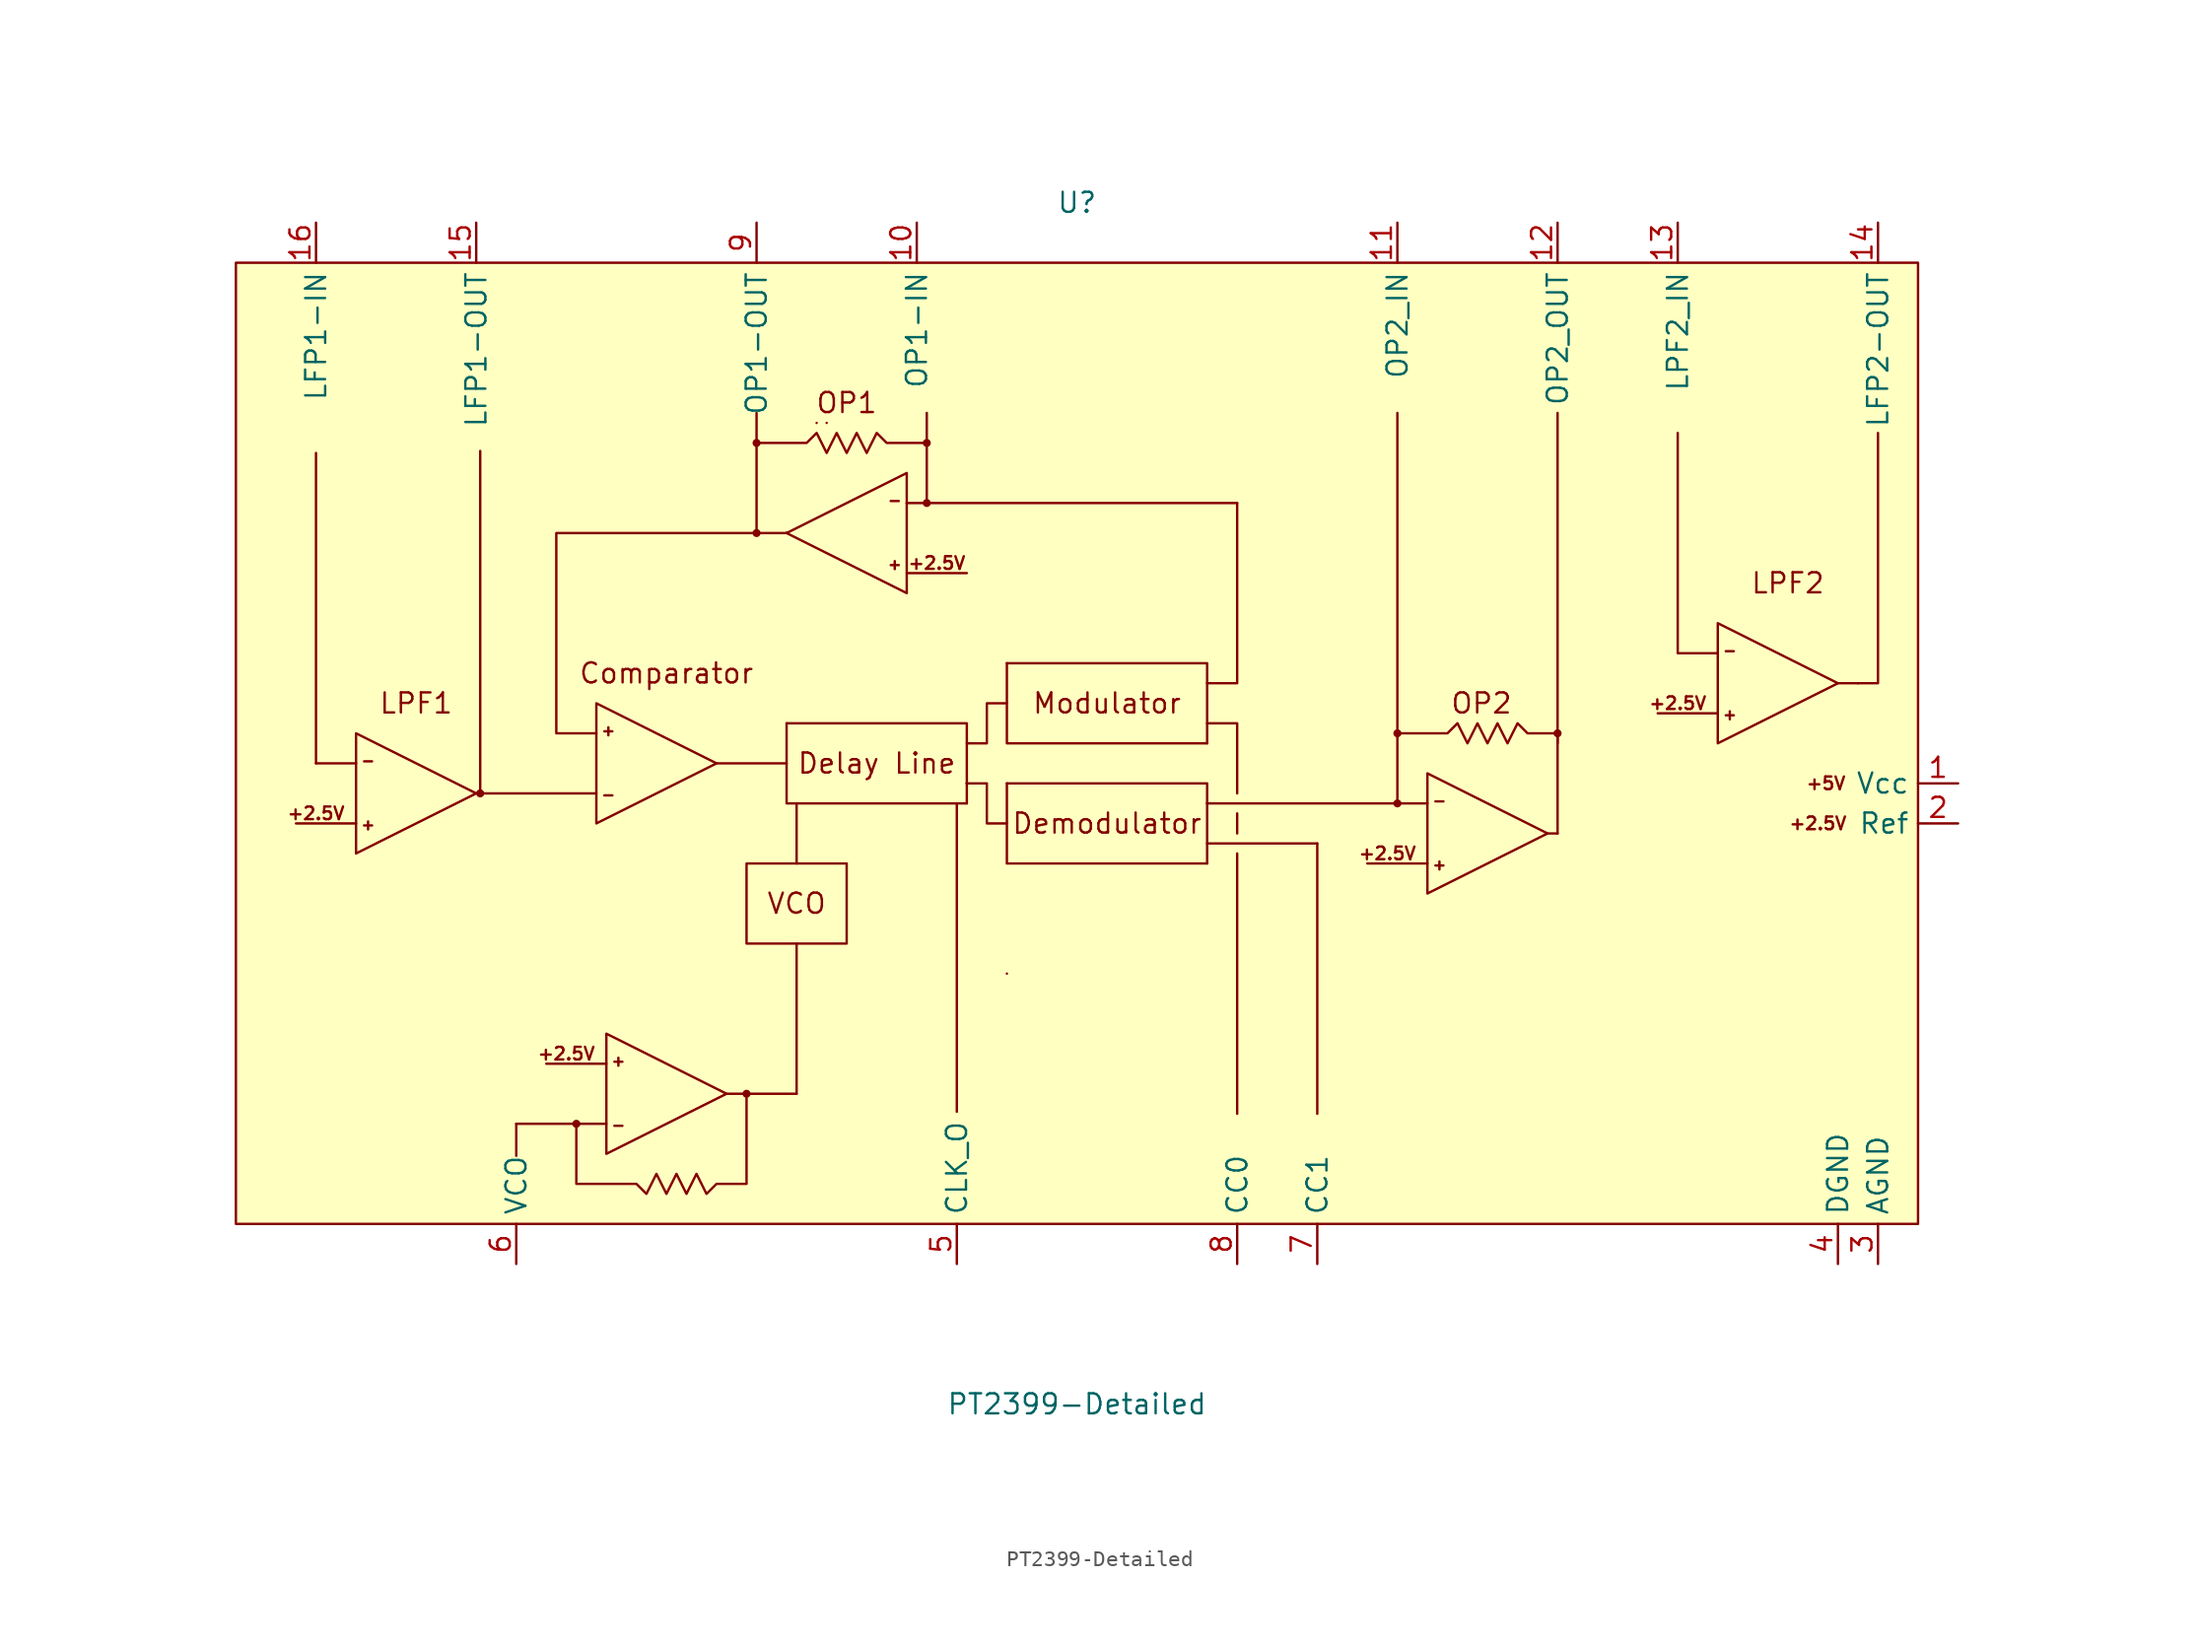
<source format=kicad_sym>
(kicad_symbol_lib
  (version 20211014)
  (generator kicad_symbol_editor)
  (symbol "PT2399-Detailed"
    (property "Reference" "U"
      (at 0 34.29 0)
      (effects (font (size 1.27 1.27))))
    (property "Value" "PT2399-Detailed"
      (at 0 -41.91 0)
      (effects (font (size 1.27 1.27))))
    (symbol "PT2399-Detailed_0_0"
      (rectangle (start -53.34 30.48) (end 53.34 -30.48) (stroke (width 0) (type default) (color 0 0 0 0)) (fill (type background)))
      (rectangle (start -16.51 20.32) (end -16.51 20.32) (stroke (width 0) (type default) (color 0 0 0 0)) (fill (type none)))
      (rectangle (start -15.875 20.32) (end -15.875 20.32) (stroke (width 0) (type default) (color 0 0 0 0)) (fill (type none)))
      (polyline (pts (xy -48.26 18.415) (xy -48.26 -1.27)) (stroke (width 0) (type default) (color 0 0 0 0)) (fill (type none)))
      (polyline (pts (xy -38.1 -3.175) (xy -30.48 -3.175)) (stroke (width 0) (type default) (color 0 0 0 0)) (fill (type none)))
      (polyline (pts (xy -37.846 18.542) (xy -37.846 -3.048)) (stroke (width 0) (type default) (color 0 0 0 0)) (fill (type none)))
      (polyline (pts (xy -35.56 -24.13) (xy -35.56 -26.162)) (stroke (width 0) (type default) (color 0 0 0 0)) (fill (type none)))
      (polyline (pts (xy -29.845 -24.13) (xy -35.56 -24.13)) (stroke (width 0) (type default) (color 0 0 0 0)) (fill (type none)))
      (polyline (pts (xy -22.86 -1.27) (xy -18.415 -1.27)) (stroke (width 0) (type default) (color 0 0 0 0)) (fill (type none)))
      (polyline (pts (xy -20.32 13.335) (xy -20.32 13.335)) (stroke (width 0) (type default) (color 0 0 0 0)) (fill (type none)))
      (polyline (pts (xy -20.32 13.335) (xy -20.32 13.335)) (stroke (width 0) (type default) (color 0 0 0 0)) (fill (type none)))
      (polyline (pts (xy -20.32 13.335) (xy -18.415 13.335)) (stroke (width 0) (type default) (color 0 0 0 0)) (fill (type none)))
      (polyline (pts (xy -20.32 19.05) (xy -20.32 20.955)) (stroke (width 0) (type default) (color 0 0 0 0)) (fill (type none)))
      (polyline (pts (xy -18.415 13.335) (xy -18.415 13.335)) (stroke (width 0) (type default) (color 0 0 0 0)) (fill (type none)))
      (polyline (pts (xy -18.415 13.335) (xy -18.415 13.335)) (stroke (width 0) (type default) (color 0 0 0 0)) (fill (type none)))
      (polyline (pts (xy -18.415 13.335) (xy -18.415 13.335)) (stroke (width 0) (type default) (color 0 0 0 0)) (fill (type none)))
      (polyline (pts (xy -17.78 -22.225) (xy -17.78 -12.7)) (stroke (width 0) (type default) (color 0 0 0 0)) (fill (type none)))
      (polyline (pts (xy -17.78 -12.7) (xy -17.78 -12.7)) (stroke (width 0) (type default) (color 0 0 0 0)) (fill (type none)))
      (polyline (pts (xy -17.78 -7.62) (xy -17.78 -3.81)) (stroke (width 0) (type default) (color 0 0 0 0)) (fill (type none)))
      (polyline (pts (xy -10.795 15.24) (xy -10.795 15.24)) (stroke (width 0) (type default) (color 0 0 0 0)) (fill (type none)))
      (polyline (pts (xy -9.525 19.05) (xy -9.525 20.955)) (stroke (width 0) (type default) (color 0 0 0 0)) (fill (type none)))
      (polyline (pts (xy -7.62 -23.368) (xy -7.62 -3.81)) (stroke (width 0) (type default) (color 0 0 0 0)) (fill (type none)))
      (polyline (pts (xy -6.985 -2.54) (xy -6.985 -2.54)) (stroke (width 0) (type default) (color 0 0 0 0)) (fill (type none)))
      (polyline (pts (xy -6.985 -2.54) (xy -6.985 -2.54)) (stroke (width 0) (type default) (color 0 0 0 0)) (fill (type none)))
      (polyline (pts (xy -4.445 -14.605) (xy -4.445 -14.605)) (stroke (width 0) (type default) (color 0 0 0 0)) (fill (type none)))
      (polyline (pts (xy 8.255 -3.81) (xy 8.255 -3.81)) (stroke (width 0) (type default) (color 0 0 0 0)) (fill (type none)))
      (polyline (pts (xy 8.255 -3.81) (xy 22.225 -3.81)) (stroke (width 0) (type default) (color 0 0 0 0)) (fill (type none)))
      (polyline (pts (xy 10.16 15.24) (xy 10.16 15.24)) (stroke (width 0) (type default) (color 0 0 0 0)) (fill (type none)))
      (polyline (pts (xy 15.24 -6.35) (xy 8.255 -6.35)) (stroke (width 0) (type default) (color 0 0 0 0)) (fill (type none)))
      (polyline (pts (xy 15.24 -6.35) (xy 15.24 -23.495)) (stroke (width 0) (type default) (color 0 0 0 0)) (fill (type none)))
      (polyline (pts (xy 20.32 0.635) (xy 20.32 20.955)) (stroke (width 0) (type default) (color 0 0 0 0)) (fill (type none)))
      (polyline (pts (xy 30.48 -5.715) (xy 29.845 -5.715)) (stroke (width 0) (type default) (color 0 0 0 0)) (fill (type none)))
      (polyline (pts (xy 30.48 0) (xy 30.48 20.955)) (stroke (width 0) (type default) (color 0 0 0 0)) (fill (type none)))
      (polyline (pts (xy 40.64 5.715) (xy 40.64 5.715)) (stroke (width 0) (type default) (color 0 0 0 0)) (fill (type none)))
      (polyline (pts (xy 40.64 5.715) (xy 40.64 5.715)) (stroke (width 0) (type default) (color 0 0 0 0)) (fill (type none)))
      (polyline (pts (xy 40.64 5.715) (xy 40.64 5.715)) (stroke (width 0) (type default) (color 0 0 0 0)) (fill (type none)))
      (polyline (pts (xy 49.53 3.81) (xy 48.26 3.81)) (stroke (width 0) (type default) (color 0 0 0 0)) (fill (type none)))
      (polyline (pts (xy -22.225 -22.225) (xy -20.955 -22.225) (xy -17.78 -22.225)) (stroke (width 0) (type default) (color 0 0 0 0)) (fill (type none)))
      (polyline (pts (xy -6.985 -3.81) (xy -6.985 1.27) (xy -18.415 1.27)) (stroke (width 0) (type default) (color 0 0 0 0)) (fill (type none)))
      (polyline (pts (xy 8.255 -7.62) (xy 8.255 -2.54) (xy -4.445 -2.54)) (stroke (width 0) (type default) (color 0 0 0 0)) (fill (type none)))
      (polyline (pts (xy 8.255 0) (xy 8.255 5.08) (xy -4.445 5.08)) (stroke (width 0) (type default) (color 0 0 0 0)) (fill (type none)))
      (polyline (pts (xy 10.16 -3.175) (xy 10.16 1.27) (xy 8.255 1.27)) (stroke (width 0) (type default) (color 0 0 0 0)) (fill (type none)))
      (polyline (pts (xy 40.64 5.715) (xy 38.1 5.715) (xy 38.1 19.685)) (stroke (width 0) (type default) (color 0 0 0 0)) (fill (type none)))
      (polyline (pts (xy 50.8 19.685) (xy 50.8 3.81) (xy 49.53 3.81)) (stroke (width 0) (type default) (color 0 0 0 0)) (fill (type none)))
      (polyline (pts (xy -30.48 0.635) (xy -33.02 0.635) (xy -33.02 13.335) (xy -20.32 13.335)) (stroke (width 0) (type default) (color 0 0 0 0)) (fill (type none)))
      (polyline (pts (xy -10.795 15.24) (xy 10.16 15.24) (xy 10.16 3.81) (xy 8.255 3.81)) (stroke (width 0) (type default) (color 0 0 0 0)) (fill (type none)))
      (polyline (pts (xy -6.985 -2.54) (xy -5.715 -2.54) (xy -5.715 -5.08) (xy -4.445 -5.08)) (stroke (width 0) (type default) (color 0 0 0 0)) (fill (type none)))
      (polyline (pts (xy -6.985 0) (xy -5.715 0) (xy -5.715 2.54) (xy -4.445 2.54)) (stroke (width 0) (type default) (color 0 0 0 0)) (fill (type none)))
      (polyline (pts (xy -20.955 -7.62) (xy -20.955 -12.7) (xy -14.605 -12.7) (xy -14.605 -7.62) (xy -20.955 -7.62)) (stroke (width 0) (type default) (color 0 0 0 0)) (fill (type none)))
      (polyline (pts (xy -18.415 -1.27) (xy -18.415 1.27) (xy -18.415 -1.27) (xy -18.415 -3.81) (xy -6.985 -3.81)) (stroke (width 0) (type default) (color 0 0 0 0)) (fill (type none)))
      (polyline (pts (xy -4.445 -5.08) (xy -4.445 -2.54) (xy -4.445 -5.08) (xy -4.445 -7.62) (xy 8.255 -7.62)) (stroke (width 0) (type default) (color 0 0 0 0)) (fill (type none)))
      (polyline (pts (xy -4.445 2.54) (xy -4.445 5.08) (xy -4.445 2.54) (xy -4.445 0) (xy 8.255 0)) (stroke (width 0) (type default) (color 0 0 0 0)) (fill (type none)))
      (polyline (pts (xy -20.955 -22.225) (xy -20.955 -27.94) (xy -22.86 -27.94) (xy -23.495 -28.575) (xy -24.13 -27.305) (xy -24.765 -28.575) (xy -25.4 -27.305) (xy -26.035 -28.575) (xy -26.67 -27.305) (xy -27.305 -28.575) (xy -27.94 -27.94) (xy -31.75 -27.94) (xy -31.75 -24.13)) (stroke (width 0) (type default) (color 0 0 0 0)) (fill (type none)))
      (polyline (pts (xy -20.32 13.335) (xy -20.32 19.05) (xy -17.145 19.05) (xy -16.51 19.685) (xy -15.875 18.415) (xy -15.24 19.685) (xy -14.605 18.415) (xy -13.97 19.685) (xy -13.335 18.415) (xy -12.7 19.685) (xy -12.065 19.05) (xy -9.525 19.05) (xy -9.525 15.24)) (stroke (width 0) (type default) (color 0 0 0 0)) (fill (type none)))
      (polyline (pts (xy 30.48 -5.715) (xy 30.48 0.635) (xy 28.575 0.635) (xy 27.94 1.27) (xy 27.305 0) (xy 26.67 1.27) (xy 26.035 0) (xy 25.4 1.27) (xy 24.765 0) (xy 24.13 1.27) (xy 23.495 0.635) (xy 20.32 0.635) (xy 20.32 -3.81)) (stroke (width 0) (type default) (color 0 0 0 0)) (fill (type none)))
      (text "+2.5V" (at -48.26 -4.445 0) (effects (font (size 0.8 0.8))))
      (text "+2.5V" (at -32.385 -19.685 0) (effects (font (size 0.8 0.8))))
      (text "+2.5V" (at -8.89 11.43 0) (effects (font (size 0.8 0.8))))
      (text "+2.5V" (at 19.685 -6.985 0) (effects (font (size 0.8 0.8))))
      (text "+2.5V" (at 38.1 2.54 0) (effects (font (size 0.8 0.8))))
      (text "+2.5V" (at 46.99 -5.08 0) (effects (font (size 0.8 0.8))))
      (text "+5V" (at 47.498 -2.54 0) (effects (font (size 0.8 0.8))))
      (text "Comparator" (at -26.035 4.445 0) (effects (font (size 1.27 1.27))))
      (text "Delay Line" (at -12.7 -1.27 0) (effects (font (size 1.27 1.27))))
      (text "Demodulator" (at 1.905 -5.08 0) (effects (font (size 1.27 1.27))))
      (text "LPF1" (at -41.91 2.54 0) (effects (font (size 1.27 1.27))))
      (text "LPF2" (at 45.085 10.16 0) (effects (font (size 1.27 1.27))))
      (text "Modulator" (at 1.905 2.54 0) (effects (font (size 1.27 1.27))))
      (text "OP1" (at -14.605 21.59 0) (effects (font (size 1.27 1.27))))
      (text "OP2" (at 25.654 2.54 0) (effects (font (size 1.27 1.27))))
      (text "VCO" (at -17.78 -10.16 0) (effects (font (size 1.27 1.27)))))
    (symbol "PT2399-Detailed_0_1"
      (circle (center -37.846 -3.175) (radius 0.18) (stroke (width 0) (type default) (color 0 0 0 0)) (fill (type outline)))
      (circle (center -31.75 -24.13) (radius 0.18) (stroke (width 0) (type default) (color 0 0 0 0)) (fill (type outline)))
      (circle (center -20.955 -22.225) (radius 0.18) (stroke (width 0) (type default) (color 0 0 0 0)) (fill (type outline)))
      (circle (center -20.32 13.335) (radius 0.18) (stroke (width 0) (type default) (color 0 0 0 0)) (fill (type outline)))
      (circle (center -20.32 19.05) (radius 0.18) (stroke (width 0) (type default) (color 0 0 0 0)) (fill (type outline)))
      (circle (center -9.525 15.24) (radius 0.18) (stroke (width 0) (type default) (color 0 0 0 0)) (fill (type outline)))
      (circle (center -9.525 19.05) (radius 0.18) (stroke (width 0) (type default) (color 0 0 0 0)) (fill (type outline)))
      (polyline (pts (xy -45.72 -5.08) (xy -49.53 -5.08)) (stroke (width 0) (type default) (color 0 0 0 0)) (fill (type none)))
      (polyline (pts (xy -45.72 -1.27) (xy -48.26 -1.27)) (stroke (width 0) (type default) (color 0 0 0 0)) (fill (type none)))
      (polyline (pts (xy -45.212 -5.207) (xy -44.704 -5.207)) (stroke (width 0) (type default) (color 0 0 0 0)) (fill (type none)))
      (polyline (pts (xy -44.958 -4.953) (xy -44.958 -5.461)) (stroke (width 0) (type default) (color 0 0 0 0)) (fill (type none)))
      (polyline (pts (xy -44.704 -1.143) (xy -45.212 -1.143)) (stroke (width 0) (type default) (color 0 0 0 0)) (fill (type none)))
      (polyline (pts (xy -29.972 0.762) (xy -29.464 0.762)) (stroke (width 0) (type default) (color 0 0 0 0)) (fill (type none)))
      (polyline (pts (xy -29.845 -20.32) (xy -33.655 -20.32)) (stroke (width 0) (type default) (color 0 0 0 0)) (fill (type none)))
      (polyline (pts (xy -29.718 0.508) (xy -29.718 1.016)) (stroke (width 0) (type default) (color 0 0 0 0)) (fill (type none)))
      (polyline (pts (xy -29.464 -3.302) (xy -29.972 -3.302)) (stroke (width 0) (type default) (color 0 0 0 0)) (fill (type none)))
      (polyline (pts (xy -29.337 -20.193) (xy -28.829 -20.193)) (stroke (width 0) (type default) (color 0 0 0 0)) (fill (type none)))
      (polyline (pts (xy -29.083 -20.447) (xy -29.083 -19.939)) (stroke (width 0) (type default) (color 0 0 0 0)) (fill (type none)))
      (polyline (pts (xy -28.829 -24.257) (xy -29.337 -24.257)) (stroke (width 0) (type default) (color 0 0 0 0)) (fill (type none)))
      (polyline (pts (xy -11.811 15.367) (xy -11.303 15.367)) (stroke (width 0) (type default) (color 0 0 0 0)) (fill (type none)))
      (polyline (pts (xy -11.557 11.557) (xy -11.557 11.049)) (stroke (width 0) (type default) (color 0 0 0 0)) (fill (type none)))
      (polyline (pts (xy -11.303 11.303) (xy -11.811 11.303)) (stroke (width 0) (type default) (color 0 0 0 0)) (fill (type none)))
      (polyline (pts (xy -6.985 10.795) (xy -10.795 10.795)) (stroke (width 0) (type default) (color 0 0 0 0)) (fill (type none)))
      (polyline (pts (xy 10.16 -6.985) (xy 10.16 -23.495)) (stroke (width 0) (type default) (color 0 0 0 0)) (fill (type none)))
      (polyline (pts (xy 10.16 -4.445) (xy 10.16 -5.715)) (stroke (width 0) (type default) (color 0 0 0 0)) (fill (type none)))
      (polyline (pts (xy 22.225 -7.62) (xy 18.415 -7.62)) (stroke (width 0) (type default) (color 0 0 0 0)) (fill (type none)))
      (polyline (pts (xy 22.733 -7.747) (xy 23.241 -7.747)) (stroke (width 0) (type default) (color 0 0 0 0)) (fill (type none)))
      (polyline (pts (xy 22.987 -7.493) (xy 22.987 -8.001)) (stroke (width 0) (type default) (color 0 0 0 0)) (fill (type none)))
      (polyline (pts (xy 23.241 -3.683) (xy 22.733 -3.683)) (stroke (width 0) (type default) (color 0 0 0 0)) (fill (type none)))
      (polyline (pts (xy 40.64 1.905) (xy 36.83 1.905)) (stroke (width 0) (type default) (color 0 0 0 0)) (fill (type none)))
      (polyline (pts (xy 41.148 1.778) (xy 41.656 1.778)) (stroke (width 0) (type default) (color 0 0 0 0)) (fill (type none)))
      (polyline (pts (xy 41.402 2.032) (xy 41.402 1.524)) (stroke (width 0) (type default) (color 0 0 0 0)) (fill (type none)))
      (polyline (pts (xy 41.656 5.842) (xy 41.148 5.842)) (stroke (width 0) (type default) (color 0 0 0 0)) (fill (type none)))
      (polyline (pts (xy -45.72 0.635) (xy -45.72 -6.985) (xy -38.1 -3.175) (xy -45.72 0.635)) (stroke (width 0) (type default) (color 0 0 0 0)) (fill (type none)))
      (polyline (pts (xy -30.48 -5.08) (xy -30.48 2.54) (xy -22.86 -1.27) (xy -30.48 -5.08)) (stroke (width 0) (type default) (color 0 0 0 0)) (fill (type none)))
      (polyline (pts (xy -29.845 -26.035) (xy -29.845 -18.415) (xy -22.225 -22.225) (xy -29.845 -26.035)) (stroke (width 0) (type default) (color 0 0 0 0)) (fill (type none)))
      (polyline (pts (xy -10.795 17.145) (xy -10.795 9.525) (xy -18.415 13.335) (xy -10.795 17.145)) (stroke (width 0) (type default) (color 0 0 0 0)) (fill (type none)))
      (polyline (pts (xy 22.225 -1.905) (xy 22.225 -9.525) (xy 29.845 -5.715) (xy 22.225 -1.905)) (stroke (width 0) (type default) (color 0 0 0 0)) (fill (type none)))
      (polyline (pts (xy 40.64 7.62) (xy 40.64 0) (xy 48.26 3.81) (xy 40.64 7.62)) (stroke (width 0) (type default) (color 0 0 0 0)) (fill (type none)))
      (circle (center 20.32 -3.81) (radius 0.18) (stroke (width 0) (type default) (color 0 0 0 0)) (fill (type outline)))
      (circle (center 20.32 0.635) (radius 0.18) (stroke (width 0) (type default) (color 0 0 0 0)) (fill (type outline)))
      (circle (center 30.48 0.635) (radius 0.18) (stroke (width 0) (type default) (color 0 0 0 0)) (fill (type outline))))
    (symbol "PT2399-Detailed_1_1"
      (pin power_in line (at 55.88 -2.54 180) (length 2.54) (name "Vcc" (effects (font (size 1.27 1.27)))) (number "1" (effects (font (size 1.27 1.27)))))
      (pin input line (at -10.16 33.02 270) (length 2.54) (name "OP1-IN" (effects (font (size 1.27 1.27)))) (number "10" (effects (font (size 1.27 1.27)))))
      (pin input line (at 20.32 33.02 270) (length 2.54) (name "OP2_IN" (effects (font (size 1.27 1.27)))) (number "11" (effects (font (size 1.27 1.27)))))
      (pin output line (at 30.48 33.02 270) (length 2.54) (name "OP2_OUT" (effects (font (size 1.27 1.27)))) (number "12" (effects (font (size 1.27 1.27)))))
      (pin input line (at 38.1 33.02 270) (length 2.54) (name "LPF2_IN" (effects (font (size 1.27 1.27)))) (number "13" (effects (font (size 1.27 1.27)))))
      (pin output line (at 50.8 33.02 270) (length 2.54) (name "LFP2-OUT" (effects (font (size 1.27 1.27)))) (number "14" (effects (font (size 1.27 1.27)))))
      (pin output line (at -38.1 33.02 270) (length 2.54) (name "LFP1-OUT" (effects (font (size 1.27 1.27)))) (number "15" (effects (font (size 1.27 1.27)))))
      (pin input line (at -48.26 33.02 270) (length 2.54) (name "LFP1-IN" (effects (font (size 1.27 1.27)))) (number "16" (effects (font (size 1.27 1.27)))))
      (pin bidirectional line (at 55.88 -5.08 180) (length 2.54) (name "Ref" (effects (font (size 1.27 1.27)))) (number "2" (effects (font (size 1.27 1.27)))))
      (pin power_in line (at 50.8 -33.02 90) (length 2.54) (name "AGND" (effects (font (size 1.27 1.27)))) (number "3" (effects (font (size 1.27 1.27)))))
      (pin power_in line (at 48.26 -33.02 90) (length 2.54) (name "DGND" (effects (font (size 1.27 1.27)))) (number "4" (effects (font (size 1.27 1.27)))))
      (pin output line (at -7.62 -33.02 90) (length 2.54) (name "CLK_O" (effects (font (size 1.27 1.27)))) (number "5" (effects (font (size 1.27 1.27)))))
      (pin input line (at -35.56 -33.02 90) (length 2.54) (name "VCO" (effects (font (size 1.27 1.27)))) (number "6" (effects (font (size 1.27 1.27)))))
      (pin unspecified line (at 15.24 -33.02 90) (length 2.54) (name "CC1" (effects (font (size 1.27 1.27)))) (number "7" (effects (font (size 1.27 1.27)))))
      (pin unspecified line (at 10.16 -33.02 90) (length 2.54) (name "CC0" (effects (font (size 1.27 1.27)))) (number "8" (effects (font (size 1.27 1.27)))))
      (pin output line (at -20.32 33.02 270) (length 2.54) (name "OP1-OUT" (effects (font (size 1.27 1.27)))) (number "9" (effects (font (size 1.27 1.27))))))))
</source>
